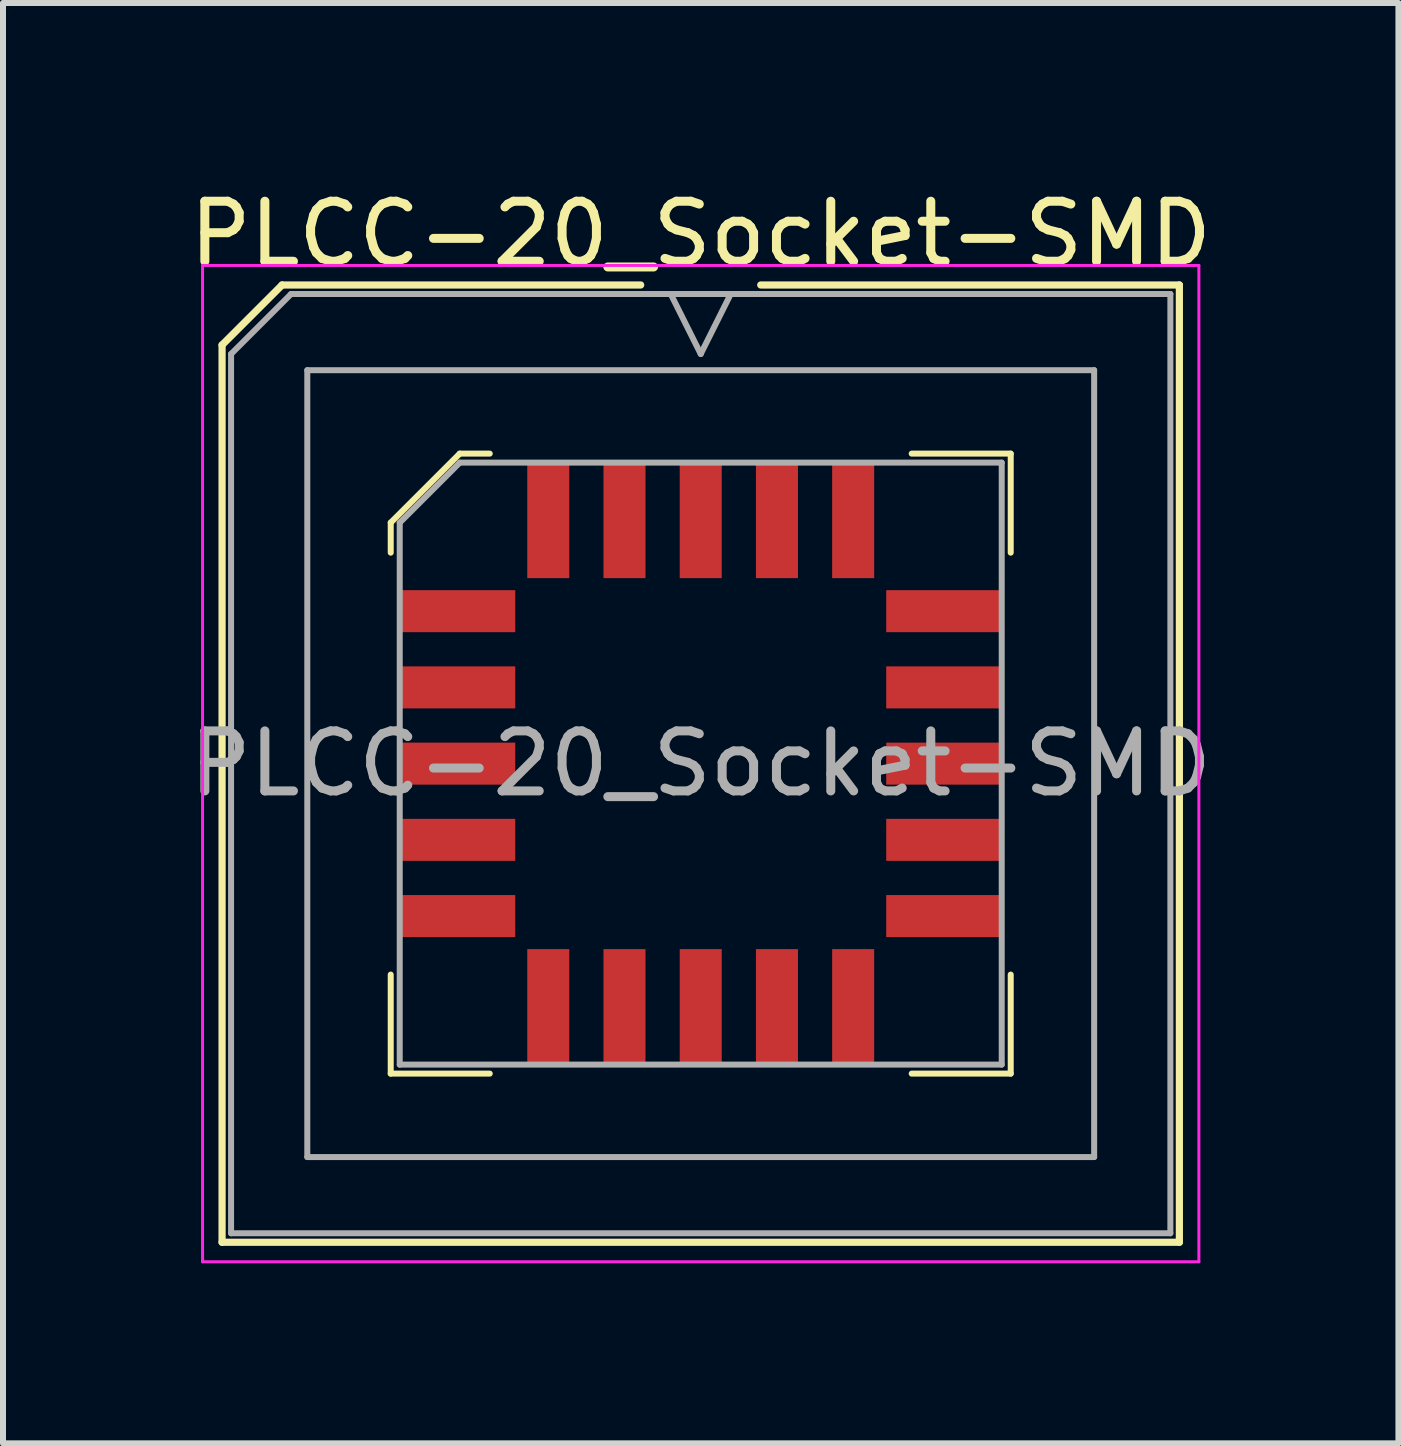
<source format=kicad_pcb>
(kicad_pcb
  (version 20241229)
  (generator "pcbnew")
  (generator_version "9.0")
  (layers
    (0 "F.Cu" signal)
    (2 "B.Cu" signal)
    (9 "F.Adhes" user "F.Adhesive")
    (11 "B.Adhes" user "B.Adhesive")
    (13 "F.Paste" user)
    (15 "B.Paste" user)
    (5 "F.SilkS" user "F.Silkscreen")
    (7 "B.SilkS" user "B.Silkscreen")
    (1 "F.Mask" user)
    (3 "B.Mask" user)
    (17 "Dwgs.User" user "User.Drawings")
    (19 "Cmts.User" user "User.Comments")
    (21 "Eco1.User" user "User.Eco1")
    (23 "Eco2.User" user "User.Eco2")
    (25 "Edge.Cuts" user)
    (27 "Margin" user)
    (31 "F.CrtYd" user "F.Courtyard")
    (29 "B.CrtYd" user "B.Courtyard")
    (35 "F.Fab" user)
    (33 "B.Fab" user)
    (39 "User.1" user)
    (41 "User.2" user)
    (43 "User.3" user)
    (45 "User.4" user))
  (footprint "PLCC-20_Socket-SMD"
    (layer "F.Cu")
    (at 8.625 9.673)
    (property "Reference" "PLCC-20_Socket-SMD" (at 0 -8.825 0) (layer "F.SilkS") (effects (font (size 1 1) (thickness 0.15))))
    (attr smd)
    (fp_line (start -7.975 -6.975) (end -7.975 7.975) (stroke (width 0.12) (type solid)) (layer "F.SilkS"))
    (fp_line (start -7.975 7.975) (end 7.975 7.975) (stroke (width 0.12) (type solid)) (layer "F.SilkS"))
    (fp_line (start -6.975 -7.975) (end -7.975 -6.975) (stroke (width 0.12) (type solid)) (layer "F.SilkS"))
    (fp_line (start -5.165 -4.015) (end -5.165 -3.515) (stroke (width 0.1) (type solid)) (layer "F.SilkS"))
    (fp_line (start -5.165 5.165) (end -5.165 3.515) (stroke (width 0.1) (type solid)) (layer "F.SilkS"))
    (fp_line (start -4.015 -5.165) (end -5.165 -4.015) (stroke (width 0.1) (type solid)) (layer "F.SilkS"))
    (fp_line (start -3.515 -5.165) (end -4.015 -5.165) (stroke (width 0.1) (type solid)) (layer "F.SilkS"))
    (fp_line (start -3.515 5.165) (end -5.165 5.165) (stroke (width 0.1) (type solid)) (layer "F.SilkS"))
    (fp_line (start -1 -7.975) (end -6.975 -7.975) (stroke (width 0.12) (type solid)) (layer "F.SilkS"))
    (fp_line (start 3.515 -5.165) (end 5.165 -5.165) (stroke (width 0.1) (type solid)) (layer "F.SilkS"))
    (fp_line (start 3.515 5.165) (end 5.165 5.165) (stroke (width 0.1) (type solid)) (layer "F.SilkS"))
    (fp_line (start 5.165 -5.165) (end 5.165 -3.515) (stroke (width 0.1) (type solid)) (layer "F.SilkS"))
    (fp_line (start 5.165 5.165) (end 5.165 3.515) (stroke (width 0.1) (type solid)) (layer "F.SilkS"))
    (fp_line (start 7.975 -7.975) (end 1 -7.975) (stroke (width 0.12) (type solid)) (layer "F.SilkS"))
    (fp_line (start 7.975 7.975) (end 7.975 -7.975) (stroke (width 0.12) (type solid)) (layer "F.SilkS"))
    (fp_line (start -8.3 -8.3) (end -8.3 8.3) (stroke (width 0.05) (type solid)) (layer "F.CrtYd"))
    (fp_line (start -8.3 8.3) (end 8.3 8.3) (stroke (width 0.05) (type solid)) (layer "F.CrtYd"))
    (fp_line (start 8.3 -8.3) (end -8.3 -8.3) (stroke (width 0.05) (type solid)) (layer "F.CrtYd"))
    (fp_line (start 8.3 8.3) (end 8.3 -8.3) (stroke (width 0.05) (type solid)) (layer "F.CrtYd"))
    (fp_line (start -7.825 -6.825) (end -7.825 7.825) (stroke (width 0.1) (type solid)) (layer "F.Fab"))
    (fp_line (start -7.825 7.825) (end 7.825 7.825) (stroke (width 0.1) (type solid)) (layer "F.Fab"))
    (fp_line (start -6.825 -7.825) (end -7.825 -6.825) (stroke (width 0.1) (type solid)) (layer "F.Fab"))
    (fp_line (start -6.555 -6.555) (end -6.555 6.555) (stroke (width 0.1) (type solid)) (layer "F.Fab"))
    (fp_line (start -6.555 6.555) (end 6.555 6.555) (stroke (width 0.1) (type solid)) (layer "F.Fab"))
    (fp_line (start -5.015 -4.015) (end -5.015 5.015) (stroke (width 0.1) (type solid)) (layer "F.Fab"))
    (fp_line (start -5.015 5.015) (end 5.015 5.015) (stroke (width 0.1) (type solid)) (layer "F.Fab"))
    (fp_line (start -4.015 -5.015) (end -5.015 -4.015) (stroke (width 0.1) (type solid)) (layer "F.Fab"))
    (fp_line (start -0.5 -7.825) (end 0 -6.825) (stroke (width 0.1) (type solid)) (layer "F.Fab"))
    (fp_line (start 0 -6.825) (end 0.5 -7.825) (stroke (width 0.1) (type solid)) (layer "F.Fab"))
    (fp_line (start 5.015 -5.015) (end -4.015 -5.015) (stroke (width 0.1) (type solid)) (layer "F.Fab"))
    (fp_line (start 5.015 5.015) (end 5.015 -5.015) (stroke (width 0.1) (type solid)) (layer "F.Fab"))
    (fp_line (start 6.555 -6.555) (end -6.555 -6.555) (stroke (width 0.1) (type solid)) (layer "F.Fab"))
    (fp_line (start 6.555 6.555) (end 6.555 -6.555) (stroke (width 0.1) (type solid)) (layer "F.Fab"))
    (fp_line (start 7.825 -7.825) (end -6.825 -7.825) (stroke (width 0.1) (type solid)) (layer "F.Fab"))
    (fp_line (start 7.825 7.825) (end 7.825 -7.825) (stroke (width 0.1) (type solid)) (layer "F.Fab"))
    (fp_text user "${REFERENCE}" (at 0 0 0) (layer "F.Fab") (effects (font (size 1 1) (thickness 0.15))))
    (pad "1" smd rect (at 0 -4.053) (size 0.7 1.925) (layers "F.Cu" "F.Mask" "F.Paste"))
    (pad "2" smd rect (at -1.27 -4.053) (size 0.7 1.925) (layers "F.Cu" "F.Mask" "F.Paste"))
    (pad "3" smd rect (at -2.54 -4.053) (size 0.7 1.925) (layers "F.Cu" "F.Mask" "F.Paste"))
    (pad "4" smd rect (at -4.053 -2.54) (size 1.925 0.7) (layers "F.Cu" "F.Mask" "F.Paste"))
    (pad "5" smd rect (at -4.053 -1.27) (size 1.925 0.7) (layers "F.Cu" "F.Mask" "F.Paste"))
    (pad "6" smd rect (at -4.053 0) (size 1.925 0.7) (layers "F.Cu" "F.Mask" "F.Paste"))
    (pad "7" smd rect (at -4.053 1.27) (size 1.925 0.7) (layers "F.Cu" "F.Mask" "F.Paste"))
    (pad "8" smd rect (at -4.053 2.54) (size 1.925 0.7) (layers "F.Cu" "F.Mask" "F.Paste"))
    (pad "9" smd rect (at -2.54 4.053) (size 0.7 1.925) (layers "F.Cu" "F.Mask" "F.Paste"))
    (pad "10" smd rect (at -1.27 4.053) (size 0.7 1.925) (layers "F.Cu" "F.Mask" "F.Paste"))
    (pad "11" smd rect (at 0 4.053) (size 0.7 1.925) (layers "F.Cu" "F.Mask" "F.Paste"))
    (pad "12" smd rect (at 1.27 4.053) (size 0.7 1.925) (layers "F.Cu" "F.Mask" "F.Paste"))
    (pad "13" smd rect (at 2.54 4.053) (size 0.7 1.925) (layers "F.Cu" "F.Mask" "F.Paste"))
    (pad "14" smd rect (at 4.053 2.54) (size 1.925 0.7) (layers "F.Cu" "F.Mask" "F.Paste"))
    (pad "15" smd rect (at 4.053 1.27) (size 1.925 0.7) (layers "F.Cu" "F.Mask" "F.Paste"))
    (pad "16" smd rect (at 4.053 0) (size 1.925 0.7) (layers "F.Cu" "F.Mask" "F.Paste"))
    (pad "17" smd rect (at 4.053 -1.27) (size 1.925 0.7) (layers "F.Cu" "F.Mask" "F.Paste"))
    (pad "18" smd rect (at 4.053 -2.54) (size 1.925 0.7) (layers "F.Cu" "F.Mask" "F.Paste"))
    (pad "19" smd rect (at 2.54 -4.053) (size 0.7 1.925) (layers "F.Cu" "F.Mask" "F.Paste"))
    (pad "20" smd rect (at 1.27 -4.053) (size 0.7 1.925) (layers "F.Cu" "F.Mask" "F.Paste")))
  (gr_rect
    (start -3 -3)
    (end 20.25 20.998)
    (stroke (width 0.1) (type default))
    (fill no)
    (layer "Edge.Cuts")))
</source>
